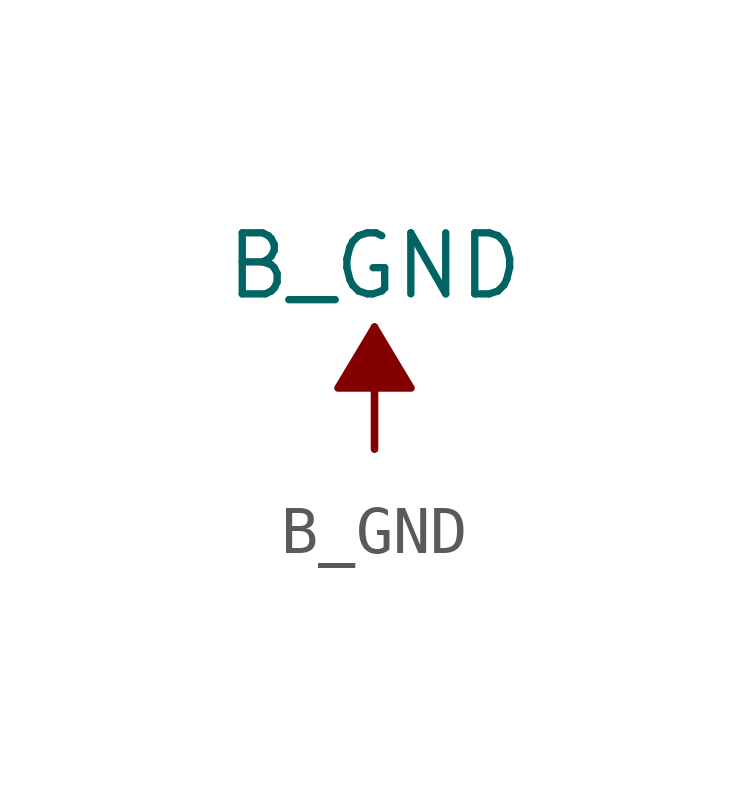
<source format=kicad_sym>
(kicad_symbol_lib
  (version 20220914)
  (generator kicad_symbol_editor)
  (symbol "B_GND"
    (power)
    (pin_names
      (offset 0))
    (property "Reference" "#PWR"
      (at 0 -3.81 0)
      (effects (font (size 1.27 1.27)) hide))
    (property "Value" "B_GND"
      (at 0 3.81 0)
      (effects (font (size 1.27 1.27))))
    (symbol "B_GND_0_1"
      (polyline (pts (xy 0 0) (xy 0 2.54)) (stroke (width 0) (type default)) (fill (type none)))
      (polyline (pts (xy 0 0) (xy 0 2.54)) (stroke (width 0) (type default)) (fill (type none)))
      (polyline (pts (xy 0.762 1.27) (xy -0.762 1.27) (xy 0 2.54) (xy 0.762 1.27)) (stroke (width 0) (type default)) (fill (type outline))))
    (symbol "B_GND_1_1"
      (pin power_in line (at 0 0 90) (length 0) hide (name "B_GND" (effects (font (size 1.27 1.27)))) (number "1" (effects (font (size 1.27 1.27))))))))
</source>
